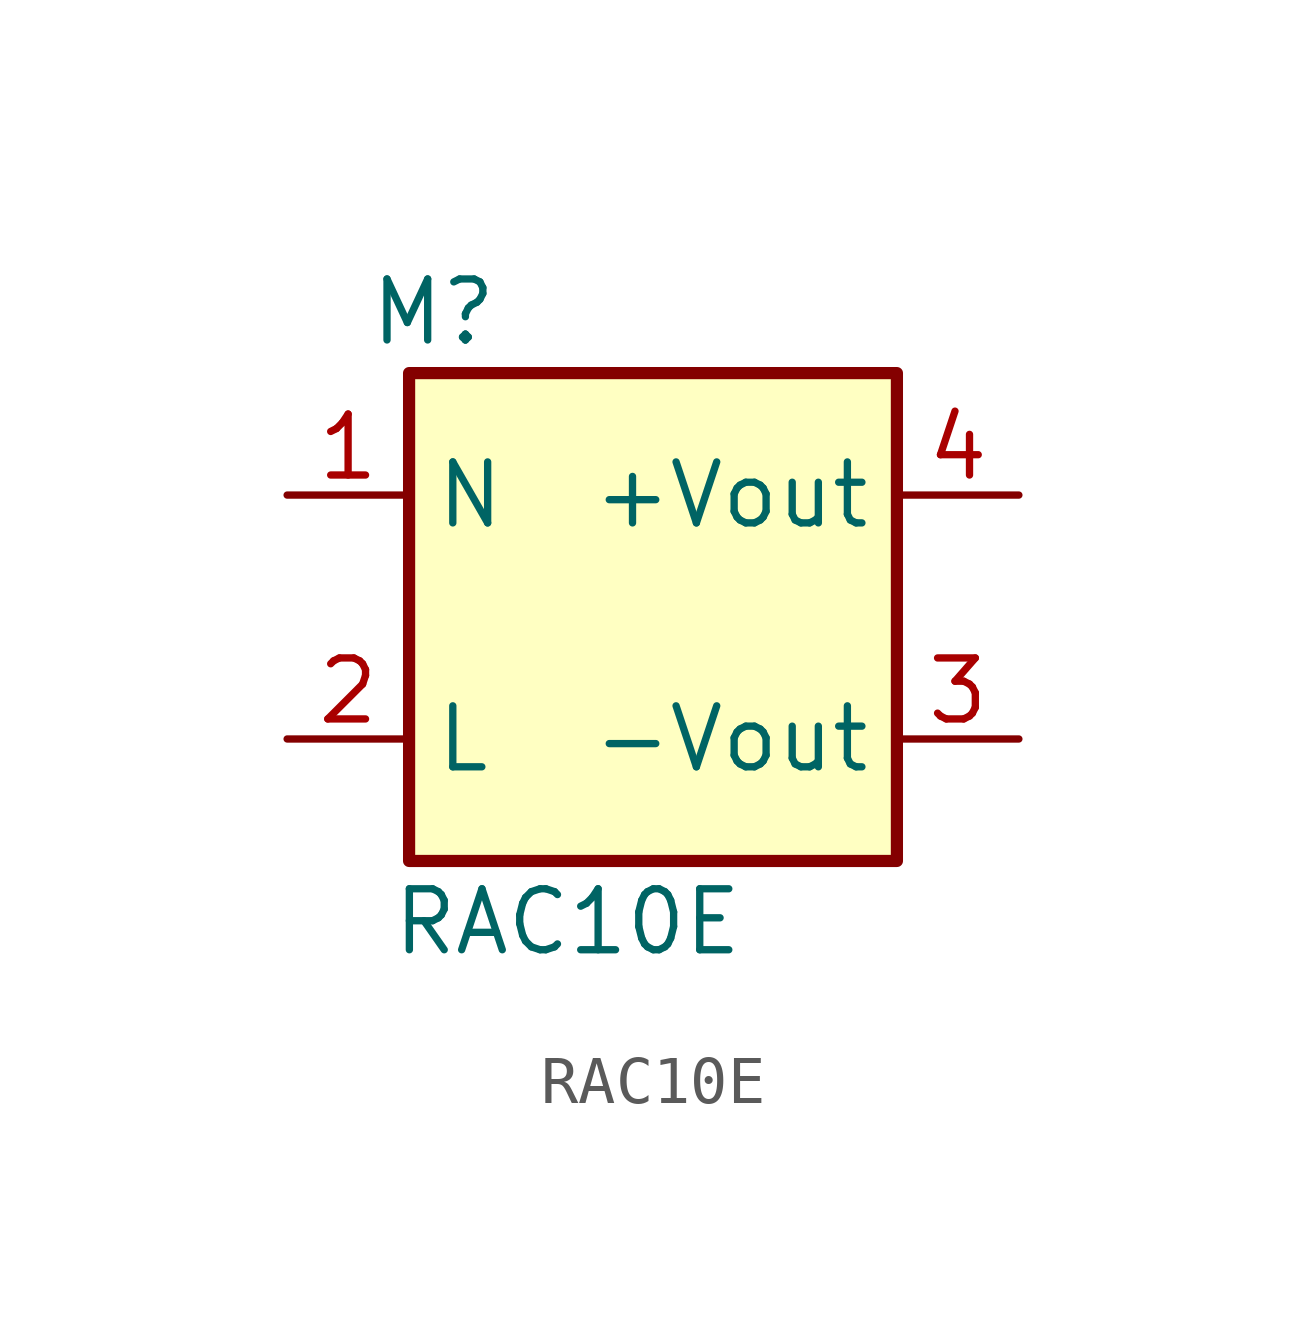
<source format=kicad_sym>
(kicad_symbol_lib
  (version 20231120)
  (generator "kicad_symbol_editor")
  (generator_version "8.0")
  (symbol "RAC10E"
    (property "Reference" "M"
      (at -4.572 6.35 0)
      (effects (font (size 1.27 1.27))))
    (property "Value" "RAC10E"
      (at -1.778 -6.35 0)
      (effects (font (size 1.27 1.27))))
    (symbol "RAC10E_1_1"
      (rectangle (start -5.08 5.08) (end 5.08 -5.08) (stroke (width 0.254) (type default)) (fill (type background)))
      (pin input line (at -7.62 2.54 0) (length 2.54) (name "N" (effects (font (size 1.27 1.27)))) (number "1" (effects (font (size 1.27 1.27)))))
      (pin input line (at -7.62 -2.54 0) (length 2.54) (name "L" (effects (font (size 1.27 1.27)))) (number "2" (effects (font (size 1.27 1.27)))))
      (pin output line (at 7.62 -2.54 180) (length 2.54) (name "-Vout" (effects (font (size 1.27 1.27)))) (number "3" (effects (font (size 1.27 1.27)))))
      (pin output line (at 7.62 2.54 180) (length 2.54) (name "+Vout" (effects (font (size 1.27 1.27)))) (number "4" (effects (font (size 1.27 1.27))))))))
</source>
